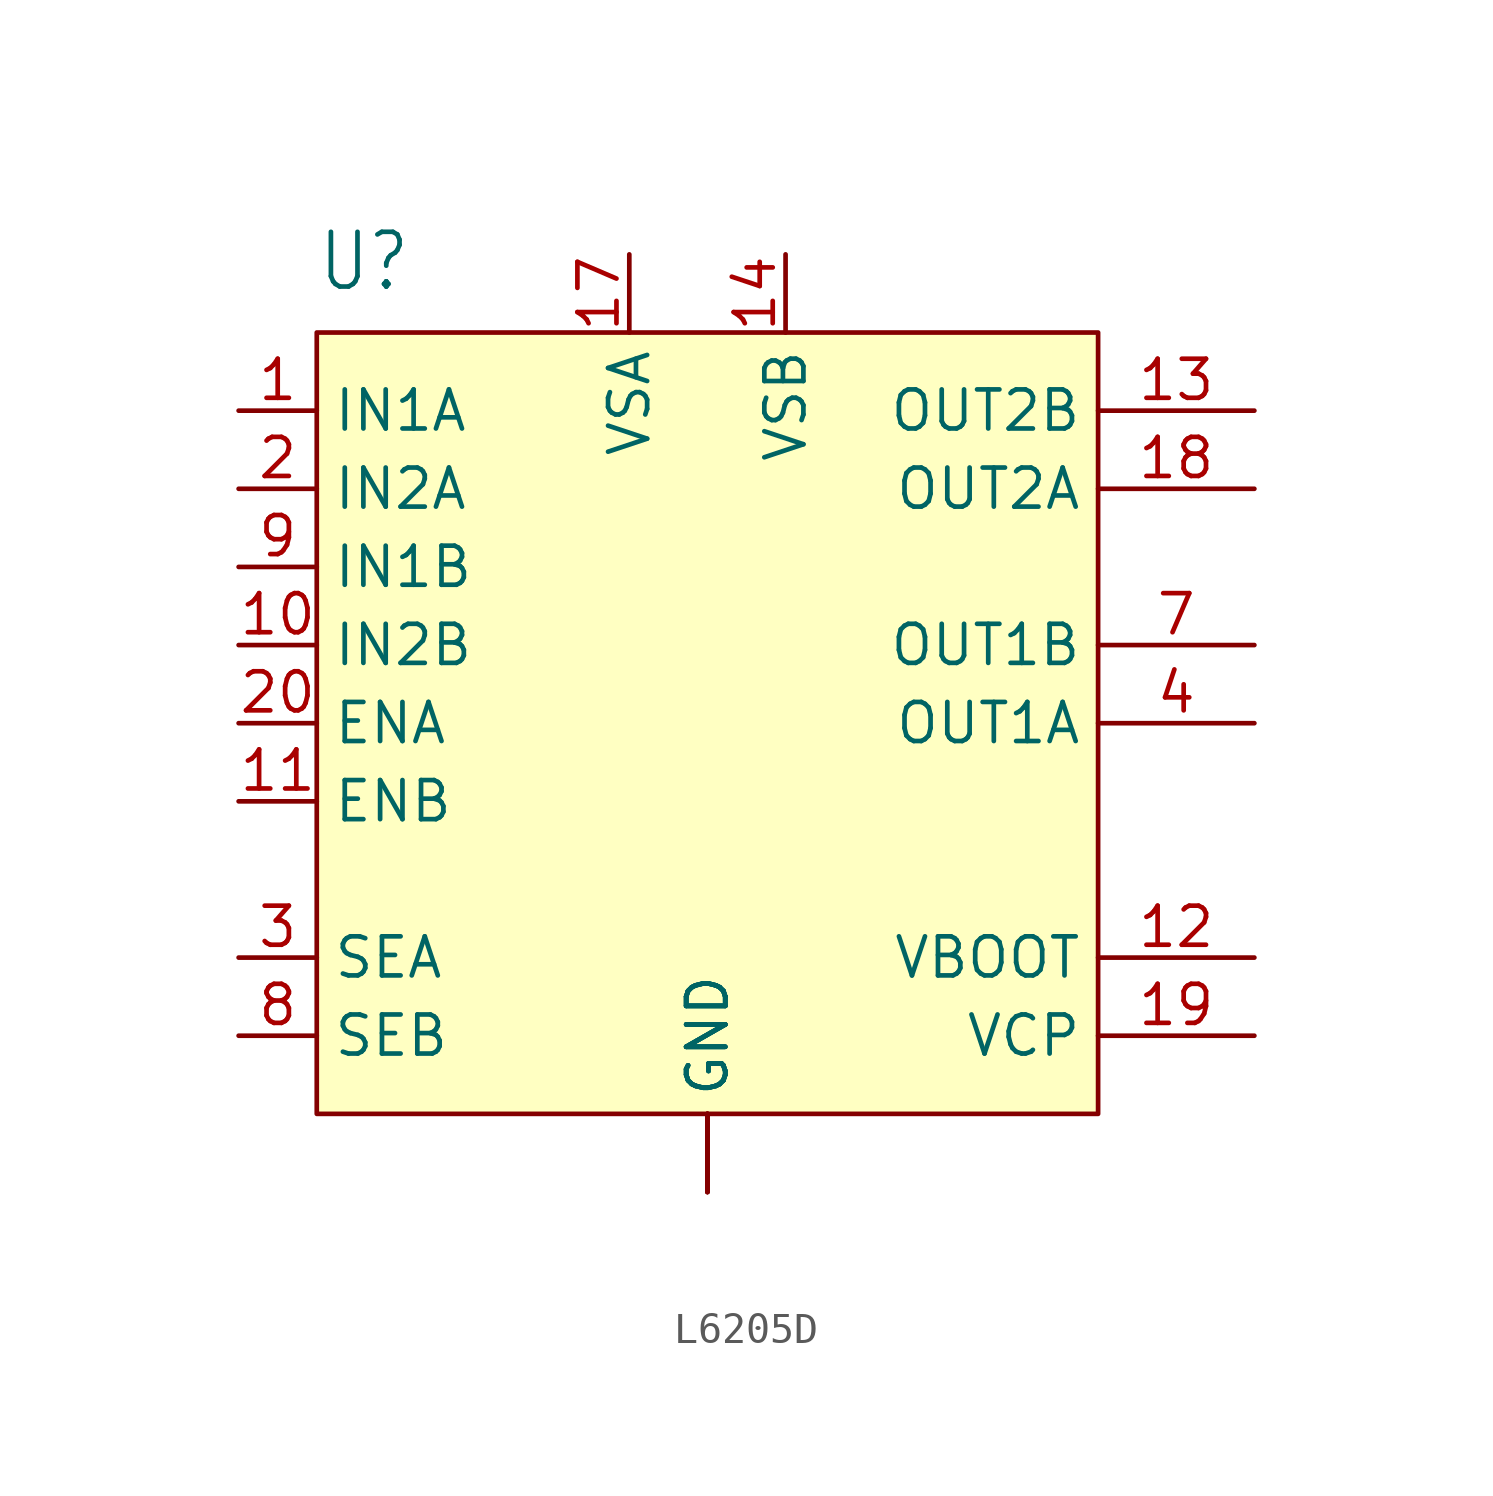
<source format=kicad_sym>
(kicad_symbol_lib
  (version 20231120)
  (generator "kicad_symbol_editor")
  (generator_version "8.0")
  (symbol "L6205D"
    (property "Reference" "U"
      (at -12.7 13.97 0)
      (effects (font (size 1.778 1.511)) (justify left bottom)))
    (symbol "L6205D_0_1"
      (rectangle (start -12.7 12.7) (end 12.7 -12.7) (stroke (width 0) (type default)) (fill (type background))))
    (symbol "L6205D_1_0"
      (pin bidirectional line (at -15.24 10.16 0) (length 2.54) (name "IN1A" (effects (font (size 1.27 1.27)))) (number "1" (effects (font (size 1.27 1.27)))))
      (pin bidirectional line (at -15.24 2.54 0) (length 2.54) (name "IN2B" (effects (font (size 1.27 1.27)))) (number "10" (effects (font (size 1.27 1.27)))))
      (pin bidirectional line (at -15.24 -2.54 0) (length 2.54) (name "ENB" (effects (font (size 1.27 1.27)))) (number "11" (effects (font (size 1.27 1.27)))))
      (pin bidirectional line (at 17.78 -7.62 180) (length 5.08) (name "VBOOT" (effects (font (size 1.27 1.27)))) (number "12" (effects (font (size 1.27 1.27)))))
      (pin bidirectional line (at 17.78 10.16 180) (length 5.08) (name "OUT2B" (effects (font (size 1.27 1.27)))) (number "13" (effects (font (size 1.27 1.27)))))
      (pin bidirectional line (at 2.54 15.24 270) (length 2.54) (name "VSB" (effects (font (size 1.27 1.27)))) (number "14" (effects (font (size 1.27 1.27)))))
      (pin bidirectional line (at 0 -15.24 90) (length 2.54) (name "GND" (effects (font (size 1.27 1.27)))) (number "15" (effects (font (size 0 0)))))
      (pin bidirectional line (at 0 -15.24 90) (length 2.54) (name "GND" (effects (font (size 1.27 1.27)))) (number "16" (effects (font (size 0 0)))))
      (pin bidirectional line (at -2.54 15.24 270) (length 2.54) (name "VSA" (effects (font (size 1.27 1.27)))) (number "17" (effects (font (size 1.27 1.27)))))
      (pin bidirectional line (at 17.78 7.62 180) (length 5.08) (name "OUT2A" (effects (font (size 1.27 1.27)))) (number "18" (effects (font (size 1.27 1.27)))))
      (pin bidirectional line (at 17.78 -10.16 180) (length 5.08) (name "VCP" (effects (font (size 1.27 1.27)))) (number "19" (effects (font (size 1.27 1.27)))))
      (pin bidirectional line (at -15.24 7.62 0) (length 2.54) (name "IN2A" (effects (font (size 1.27 1.27)))) (number "2" (effects (font (size 1.27 1.27)))))
      (pin bidirectional line (at -15.24 0 0) (length 2.54) (name "ENA" (effects (font (size 1.27 1.27)))) (number "20" (effects (font (size 1.27 1.27)))))
      (pin bidirectional line (at -15.24 -7.62 0) (length 2.54) (name "SEA" (effects (font (size 1.27 1.27)))) (number "3" (effects (font (size 1.27 1.27)))))
      (pin bidirectional line (at 17.78 0 180) (length 5.08) (name "OUT1A" (effects (font (size 1.27 1.27)))) (number "4" (effects (font (size 1.27 1.27)))))
      (pin bidirectional line (at 0 -15.24 90) (length 2.54) (name "GND" (effects (font (size 1.27 1.27)))) (number "5" (effects (font (size 0 0)))))
      (pin bidirectional line (at 0 -15.24 90) (length 2.54) (name "GND" (effects (font (size 1.27 1.27)))) (number "6" (effects (font (size 0 0)))))
      (pin bidirectional line (at 17.78 2.54 180) (length 5.08) (name "OUT1B" (effects (font (size 1.27 1.27)))) (number "7" (effects (font (size 1.27 1.27)))))
      (pin bidirectional line (at -15.24 -10.16 0) (length 2.54) (name "SEB" (effects (font (size 1.27 1.27)))) (number "8" (effects (font (size 1.27 1.27)))))
      (pin bidirectional line (at -15.24 5.08 0) (length 2.54) (name "IN1B" (effects (font (size 1.27 1.27)))) (number "9" (effects (font (size 1.27 1.27))))))))
</source>
